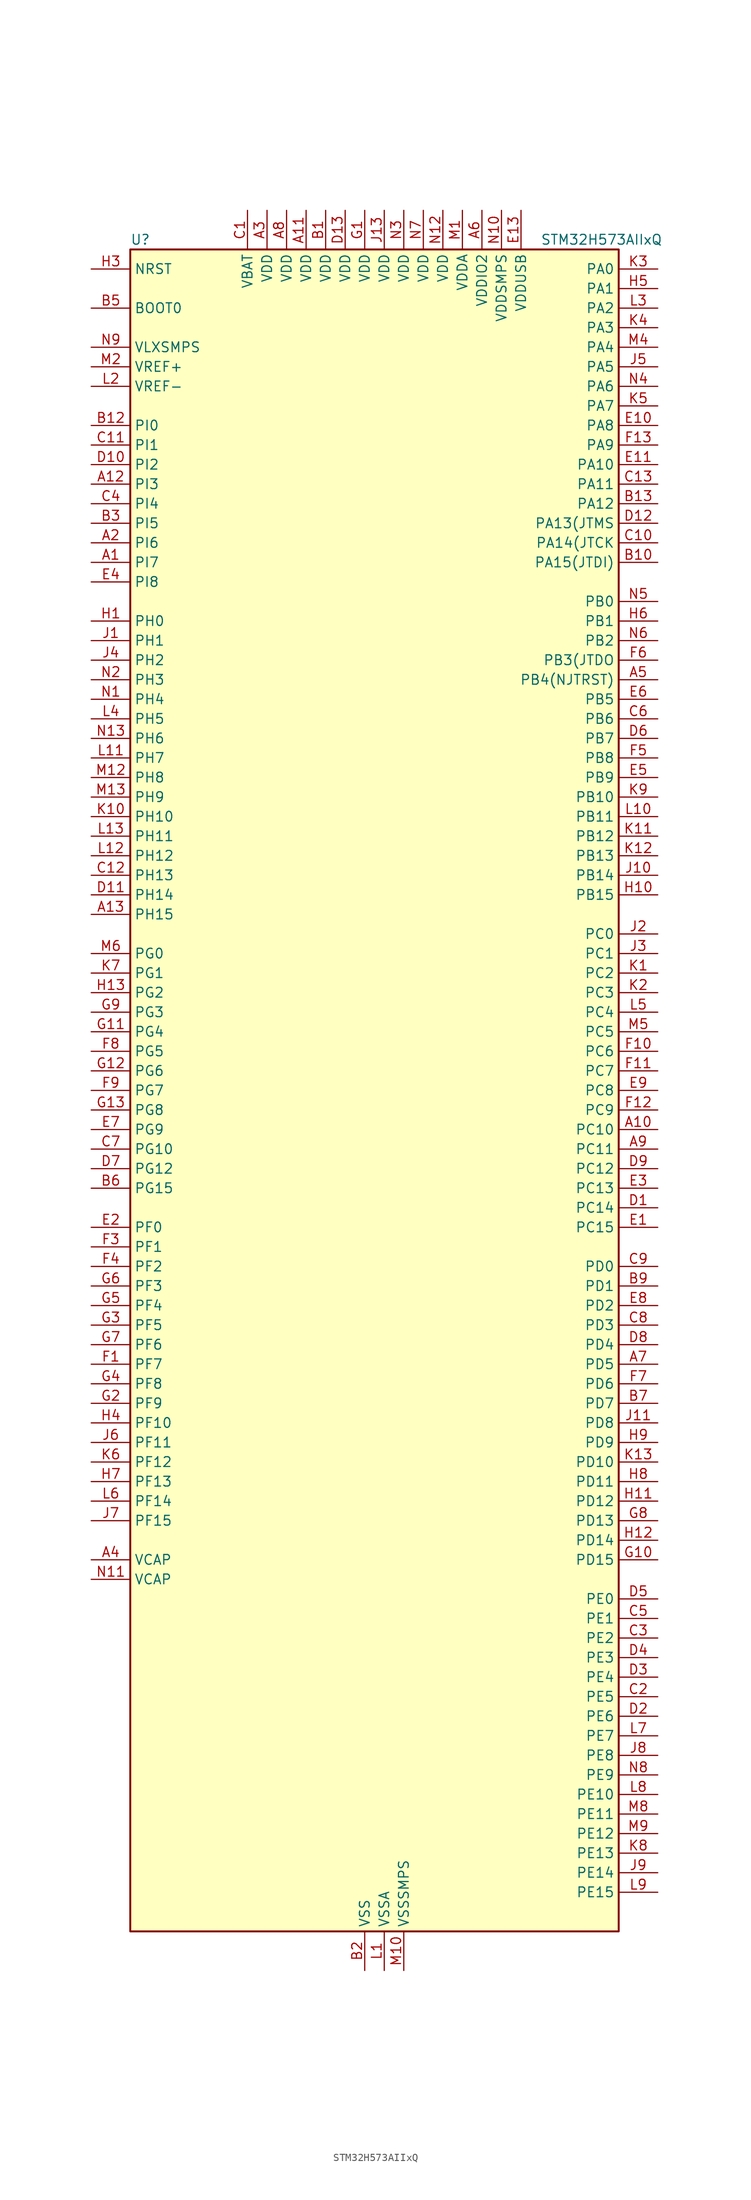
<source format=kicad_sym>
(kicad_symbol_lib
  (version 20231120)
  (generator "kicad_symbol_editor")
  (generator_version "8.0")
  (symbol "STM32H573AIIxQ"
    (property "Reference" "U"
      (at -30.48 110.49 0)
      (effects (font (size 1.27 1.27)) (justify left)))
    (property "Value" "STM32H573AIIxQ"
      (at 22.86 110.49 0)
      (effects (font (size 1.27 1.27)) (justify left)))
    (property "ki_locked" ""
      (at 0 0 0)
      (effects (font (size 1.27 1.27))))
    (symbol "STM32H573AIIxQ_0_1"
      (rectangle (start -30.48 -109.22) (end 33.02 109.22) (stroke (width 0.254) (type default)) (fill (type background))))
    (symbol "STM32H573AIIxQ_1_1"
      (pin bidirectional line (at -35.56 68.58 0) (length 5.08) (name "PI7" (effects (font (size 1.27 1.27)))) (number "A1" (effects (font (size 1.27 1.27)))) (alternate "DCMI_D7" bidirectional line) (alternate "PSSI_D7" bidirectional line) (alternate "SAI2_FS_A" bidirectional line) (alternate "TIM8_CH3" bidirectional line))
      (pin bidirectional line (at 38.1 -5.08 180) (length 5.08) (name "PC10" (effects (font (size 1.27 1.27)))) (number "A10" (effects (font (size 1.27 1.27)))) (alternate "DCMI_D8" bidirectional line) (alternate "ETH_TXD0" bidirectional line) (alternate "I2S3_CK" bidirectional line) (alternate "LPTIM3_ETR" bidirectional line) (alternate "OCTOSPI1_IO1" bidirectional line) (alternate "PSSI_D8" bidirectional line) (alternate "SDMMC1_D2" bidirectional line) (alternate "SPI3_SCK" bidirectional line) (alternate "UART4_TX" bidirectional line) (alternate "USART3_TX" bidirectional line))
      (pin power_in line (at -7.62 114.3 270) (length 5.08) (name "VDD" (effects (font (size 1.27 1.27)))) (number "A11" (effects (font (size 1.27 1.27)))))
      (pin bidirectional line (at -35.56 78.74 0) (length 5.08) (name "PI3" (effects (font (size 1.27 1.27)))) (number "A12" (effects (font (size 1.27 1.27)))) (alternate "DCMI_D10" bidirectional line) (alternate "I2S2_SDO" bidirectional line) (alternate "PSSI_D10" bidirectional line) (alternate "SPI2_MOSI" bidirectional line) (alternate "TIM8_ETR" bidirectional line))
      (pin bidirectional line (at -35.56 22.86 0) (length 5.08) (name "PH15" (effects (font (size 1.27 1.27)))) (number "A13" (effects (font (size 1.27 1.27)))) (alternate "ADC1_EXTI15" bidirectional line) (alternate "ADC2_EXTI15" bidirectional line) (alternate "DCMI_D11" bidirectional line) (alternate "PSSI_D11" bidirectional line) (alternate "TIM8_CH3N" bidirectional line))
      (pin bidirectional line (at -35.56 71.12 0) (length 5.08) (name "PI6" (effects (font (size 1.27 1.27)))) (number "A2" (effects (font (size 1.27 1.27)))) (alternate "DCMI_D6" bidirectional line) (alternate "PSSI_D6" bidirectional line) (alternate "SAI2_SD_A" bidirectional line) (alternate "TIM8_CH2" bidirectional line))
      (pin power_in line (at -12.7 114.3 270) (length 5.08) (name "VDD" (effects (font (size 1.27 1.27)))) (number "A3" (effects (font (size 1.27 1.27)))))
      (pin power_out line (at -35.56 -60.96 0) (length 5.08) (name "VCAP" (effects (font (size 1.27 1.27)))) (number "A4" (effects (font (size 1.27 1.27)))))
      (pin bidirectional line (at 38.1 53.34 180) (length 5.08) (name "PB4(NJTRST)" (effects (font (size 1.27 1.27)))) (number "A5" (effects (font (size 1.27 1.27)))) (alternate "DCMI_D7" bidirectional line) (alternate "DEBUG_JTRST" bidirectional line) (alternate "I2S1_SDI" bidirectional line) (alternate "I2S2_WS" bidirectional line) (alternate "I2S3_SDI" bidirectional line) (alternate "LPTIM1_CH2" bidirectional line) (alternate "OCTOSPI1_CLK" bidirectional line) (alternate "PSSI_D7" bidirectional line) (alternate "SDMMC2_D3" bidirectional line) (alternate "SPI1_MISO" bidirectional line) (alternate "SPI2_NSS" bidirectional line) (alternate "SPI3_MISO" bidirectional line) (alternate "SPI6_MISO" bidirectional line) (alternate "TIM16_BKIN" bidirectional line) (alternate "TIM3_CH1" bidirectional line) (alternate "UART7_TX" bidirectional line))
      (pin power_in line (at 15.24 114.3 270) (length 5.08) (name "VDDIO2" (effects (font (size 1.27 1.27)))) (number "A6" (effects (font (size 1.27 1.27)))))
      (pin bidirectional line (at 38.1 -35.56 180) (length 5.08) (name "PD5" (effects (font (size 1.27 1.27)))) (number "A7" (effects (font (size 1.27 1.27)))) (alternate "FDCAN1_TX" bidirectional line) (alternate "FMC_NWE" bidirectional line) (alternate "OCTOSPI1_IO5" bidirectional line) (alternate "SPI2_RDY" bidirectional line) (alternate "TIM1_CH4N" bidirectional line) (alternate "USART2_TX" bidirectional line))
      (pin power_in line (at -10.16 114.3 270) (length 5.08) (name "VDD" (effects (font (size 1.27 1.27)))) (number "A8" (effects (font (size 1.27 1.27)))))
      (pin bidirectional line (at 38.1 -7.62 180) (length 5.08) (name "PC11" (effects (font (size 1.27 1.27)))) (number "A9" (effects (font (size 1.27 1.27)))) (alternate "ADC1_EXTI11" bidirectional line) (alternate "ADC2_EXTI11" bidirectional line) (alternate "DCMI_D4" bidirectional line) (alternate "I2S3_SDI" bidirectional line) (alternate "LPTIM3_IN1" bidirectional line) (alternate "OCTOSPI1_NCS" bidirectional line) (alternate "PSSI_D4" bidirectional line) (alternate "SDMMC1_D3" bidirectional line) (alternate "SPI3_MISO" bidirectional line) (alternate "UART4_RX" bidirectional line) (alternate "USART3_RX" bidirectional line))
      (pin power_in line (at -5.08 114.3 270) (length 5.08) (name "VDD" (effects (font (size 1.27 1.27)))) (number "B1" (effects (font (size 1.27 1.27)))))
      (pin bidirectional line (at 38.1 68.58 180) (length 5.08) (name "PA15(JTDI)" (effects (font (size 1.27 1.27)))) (number "B10" (effects (font (size 1.27 1.27)))) (alternate "ADC1_EXTI15" bidirectional line) (alternate "ADC2_EXTI15" bidirectional line) (alternate "CEC" bidirectional line) (alternate "DCMI_D11" bidirectional line) (alternate "DEBUG_JTDI" bidirectional line) (alternate "FMC_NBL1" bidirectional line) (alternate "I2S1_WS" bidirectional line) (alternate "I2S3_WS" bidirectional line) (alternate "LPTIM3_IN2" bidirectional line) (alternate "PSSI_D11" bidirectional line) (alternate "SPI1_NSS" bidirectional line) (alternate "SPI3_NSS" bidirectional line) (alternate "SPI6_NSS" bidirectional line) (alternate "TIM2_CH1" bidirectional line) (alternate "TIM2_ETR" bidirectional line) (alternate "UART4_DE" bidirectional line) (alternate "UART4_RTS" bidirectional line) (alternate "UART7_TX" bidirectional line))
      (pin passive line (at 0 -114.3 90) (length 5.08) hide (name "VSS" (effects (font (size 1.27 1.27)))) (number "B11" (effects (font (size 1.27 1.27)))))
      (pin bidirectional line (at -35.56 86.36 0) (length 5.08) (name "PI0" (effects (font (size 1.27 1.27)))) (number "B12" (effects (font (size 1.27 1.27)))) (alternate "DCMI_D13" bidirectional line) (alternate "I2S2_WS" bidirectional line) (alternate "PSSI_D13" bidirectional line) (alternate "SPI2_NSS" bidirectional line) (alternate "TIM5_CH4" bidirectional line))
      (pin bidirectional line (at 38.1 76.2 180) (length 5.08) (name "PA12" (effects (font (size 1.27 1.27)))) (number "B13" (effects (font (size 1.27 1.27)))) (alternate "FDCAN1_TX" bidirectional line) (alternate "I2S2_CK" bidirectional line) (alternate "LPUART1_RTS" bidirectional line) (alternate "SAI2_FS_B" bidirectional line) (alternate "SPI2_SCK" bidirectional line) (alternate "TIM1_ETR" bidirectional line) (alternate "UART4_TX" bidirectional line) (alternate "USART1_RTS" bidirectional line) (alternate "USB_DP" bidirectional line))
      (pin power_in line (at 0 -114.3 90) (length 5.08) (name "VSS" (effects (font (size 1.27 1.27)))) (number "B2" (effects (font (size 1.27 1.27)))))
      (pin bidirectional line (at -35.56 73.66 0) (length 5.08) (name "PI5" (effects (font (size 1.27 1.27)))) (number "B3" (effects (font (size 1.27 1.27)))) (alternate "DCMI_VSYNC" bidirectional line) (alternate "PSSI_RDY" bidirectional line) (alternate "SAI2_SCK_A" bidirectional line) (alternate "TIM8_CH1" bidirectional line))
      (pin passive line (at 0 -114.3 90) (length 5.08) hide (name "VSS" (effects (font (size 1.27 1.27)))) (number "B4" (effects (font (size 1.27 1.27)))))
      (pin input line (at -35.56 101.6 0) (length 5.08) (name "BOOT0" (effects (font (size 1.27 1.27)))) (number "B5" (effects (font (size 1.27 1.27)))))
      (pin bidirectional line (at -35.56 -12.7 0) (length 5.08) (name "PG15" (effects (font (size 1.27 1.27)))) (number "B6" (effects (font (size 1.27 1.27)))) (alternate "ADC1_EXTI15" bidirectional line) (alternate "ADC2_EXTI15" bidirectional line) (alternate "DCMI_D13" bidirectional line) (alternate "FMC_SDNCAS" bidirectional line) (alternate "PSSI_D13" bidirectional line) (alternate "SPI4_RDY" bidirectional line) (alternate "USART10_CK" bidirectional line) (alternate "USART6_CTS" bidirectional line) (alternate "USART6_NSS" bidirectional line))
      (pin bidirectional line (at 38.1 -40.64 180) (length 5.08) (name "PD7" (effects (font (size 1.27 1.27)))) (number "B7" (effects (font (size 1.27 1.27)))) (alternate "FMC_NCE" bidirectional line) (alternate "FMC_NE1" bidirectional line) (alternate "I2S1_SDO" bidirectional line) (alternate "LPTIM4_OUT" bidirectional line) (alternate "OCTOSPI1_IO7" bidirectional line) (alternate "SDMMC2_CMD" bidirectional line) (alternate "SPI1_MOSI" bidirectional line) (alternate "USART2_CK" bidirectional line))
      (pin passive line (at 0 -114.3 90) (length 5.08) hide (name "VSS" (effects (font (size 1.27 1.27)))) (number "B8" (effects (font (size 1.27 1.27)))))
      (pin bidirectional line (at 38.1 -25.4 180) (length 5.08) (name "PD1" (effects (font (size 1.27 1.27)))) (number "B9" (effects (font (size 1.27 1.27)))) (alternate "FDCAN1_TX" bidirectional line) (alternate "FMC_D3" bidirectional line) (alternate "FMC_DA3" bidirectional line) (alternate "UART4_TX" bidirectional line))
      (pin power_in line (at -15.24 114.3 270) (length 5.08) (name "VBAT" (effects (font (size 1.27 1.27)))) (number "C1" (effects (font (size 1.27 1.27)))))
      (pin bidirectional line (at 38.1 71.12 180) (length 5.08) (name "PA14(JTCK" (effects (font (size 1.27 1.27)))) (number "C10" (effects (font (size 1.27 1.27)))) (alternate "DEBUG_JTCK-SWCLK" bidirectional line))
      (pin bidirectional line (at -35.56 83.82 0) (length 5.08) (name "PI1" (effects (font (size 1.27 1.27)))) (number "C11" (effects (font (size 1.27 1.27)))) (alternate "DCMI_D8" bidirectional line) (alternate "I2S2_CK" bidirectional line) (alternate "PSSI_D8" bidirectional line) (alternate "SPI2_SCK" bidirectional line) (alternate "TIM8_BKIN2" bidirectional line))
      (pin bidirectional line (at -35.56 27.94 0) (length 5.08) (name "PH13" (effects (font (size 1.27 1.27)))) (number "C12" (effects (font (size 1.27 1.27)))) (alternate "DCMI_D3" bidirectional line) (alternate "FDCAN1_TX" bidirectional line) (alternate "LPTIM1_IN2" bidirectional line) (alternate "PSSI_D3" bidirectional line) (alternate "TIM8_CH1N" bidirectional line) (alternate "UART4_TX" bidirectional line) (alternate "UART8_TX" bidirectional line))
      (pin bidirectional line (at 38.1 78.74 180) (length 5.08) (name "PA11" (effects (font (size 1.27 1.27)))) (number "C13" (effects (font (size 1.27 1.27)))) (alternate "ADC1_EXTI11" bidirectional line) (alternate "ADC2_EXTI11" bidirectional line) (alternate "FDCAN1_RX" bidirectional line) (alternate "I2S2_WS" bidirectional line) (alternate "LPUART1_CTS" bidirectional line) (alternate "SPI2_NSS" bidirectional line) (alternate "TIM1_CH4" bidirectional line) (alternate "UART4_RX" bidirectional line) (alternate "USART1_CTS" bidirectional line) (alternate "USART1_NSS" bidirectional line) (alternate "USB_DM" bidirectional line))
      (pin bidirectional line (at 38.1 -78.74 180) (length 5.08) (name "PE5" (effects (font (size 1.27 1.27)))) (number "C2" (effects (font (size 1.27 1.27)))) (alternate "DCMI_D6" bidirectional line) (alternate "DEBUG_TRACED2" bidirectional line) (alternate "FMC_A21" bidirectional line) (alternate "PSSI_D6" bidirectional line) (alternate "SAI1_CK2" bidirectional line) (alternate "SAI1_SCK_A" bidirectional line) (alternate "SPI4_MISO" bidirectional line) (alternate "TAMP_IN8" bidirectional line) (alternate "TAMP_OUT7" bidirectional line) (alternate "TIM15_CH1" bidirectional line))
      (pin bidirectional line (at 38.1 -71.12 180) (length 5.08) (name "PE2" (effects (font (size 1.27 1.27)))) (number "C3" (effects (font (size 1.27 1.27)))) (alternate "DCMI_D3" bidirectional line) (alternate "DEBUG_TRACECLK" bidirectional line) (alternate "ETH_TXD3" bidirectional line) (alternate "FMC_A23" bidirectional line) (alternate "LPTIM1_IN2" bidirectional line) (alternate "OCTOSPI1_IO2" bidirectional line) (alternate "PSSI_D3" bidirectional line) (alternate "SAI1_CK1" bidirectional line) (alternate "SAI1_MCLK_A" bidirectional line) (alternate "SPI4_SCK" bidirectional line) (alternate "UART8_TX" bidirectional line) (alternate "USART10_RX" bidirectional line))
      (pin bidirectional line (at -35.56 76.2 0) (length 5.08) (name "PI4" (effects (font (size 1.27 1.27)))) (number "C4" (effects (font (size 1.27 1.27)))) (alternate "DCMI_D5" bidirectional line) (alternate "PSSI_D5" bidirectional line) (alternate "SAI2_MCLK_A" bidirectional line) (alternate "SPI2_RDY" bidirectional line) (alternate "TIM8_BKIN" bidirectional line))
      (pin bidirectional line (at 38.1 -68.58 180) (length 5.08) (name "PE1" (effects (font (size 1.27 1.27)))) (number "C5" (effects (font (size 1.27 1.27)))) (alternate "DCMI_D3" bidirectional line) (alternate "FDCAN1_TX" bidirectional line) (alternate "FMC_NBL1" bidirectional line) (alternate "LPTIM1_IN2" bidirectional line) (alternate "PSSI_D3" bidirectional line) (alternate "UART8_TX" bidirectional line))
      (pin bidirectional line (at 38.1 48.26 180) (length 5.08) (name "PB6" (effects (font (size 1.27 1.27)))) (number "C6" (effects (font (size 1.27 1.27)))) (alternate "CEC" bidirectional line) (alternate "DCMI_D5" bidirectional line) (alternate "FDCAN2_TX" bidirectional line) (alternate "FMC_SDNE1" bidirectional line) (alternate "I2C1_SCL" bidirectional line) (alternate "I2C4_SCL" bidirectional line) (alternate "I3C1_SCL" bidirectional line) (alternate "LPUART1_TX" bidirectional line) (alternate "OCTOSPI1_NCS" bidirectional line) (alternate "PSSI_D5" bidirectional line) (alternate "TIM16_CH1N" bidirectional line) (alternate "TIM4_CH1" bidirectional line) (alternate "UART5_TX" bidirectional line) (alternate "USART1_TX" bidirectional line))
      (pin bidirectional line (at -35.56 -7.62 0) (length 5.08) (name "PG10" (effects (font (size 1.27 1.27)))) (number "C7" (effects (font (size 1.27 1.27)))) (alternate "DCMI_D2" bidirectional line) (alternate "FMC_NE3" bidirectional line) (alternate "I2S1_WS" bidirectional line) (alternate "PSSI_D2" bidirectional line) (alternate "SAI2_SD_B" bidirectional line) (alternate "SDMMC2_D1" bidirectional line) (alternate "SPI1_NSS" bidirectional line))
      (pin bidirectional line (at 38.1 -30.48 180) (length 5.08) (name "PD3" (effects (font (size 1.27 1.27)))) (number "C8" (effects (font (size 1.27 1.27)))) (alternate "DCMI_D5" bidirectional line) (alternate "FMC_CLK" bidirectional line) (alternate "I2S2_CK" bidirectional line) (alternate "PSSI_D5" bidirectional line) (alternate "PWR_WKUP8" bidirectional line) (alternate "SPI2_SCK" bidirectional line) (alternate "USART2_CTS" bidirectional line) (alternate "USART2_NSS" bidirectional line))
      (pin bidirectional line (at 38.1 -22.86 180) (length 5.08) (name "PD0" (effects (font (size 1.27 1.27)))) (number "C9" (effects (font (size 1.27 1.27)))) (alternate "FDCAN1_RX" bidirectional line) (alternate "FMC_D2" bidirectional line) (alternate "FMC_DA2" bidirectional line) (alternate "TIM8_CH4N" bidirectional line) (alternate "UART4_RX" bidirectional line) (alternate "UART9_CTS" bidirectional line))
      (pin bidirectional line (at 38.1 -15.24 180) (length 5.08) (name "PC14" (effects (font (size 1.27 1.27)))) (number "D1" (effects (font (size 1.27 1.27)))) (alternate "RCC_OSC32_IN" bidirectional line))
      (pin bidirectional line (at -35.56 81.28 0) (length 5.08) (name "PI2" (effects (font (size 1.27 1.27)))) (number "D10" (effects (font (size 1.27 1.27)))) (alternate "DCMI_D9" bidirectional line) (alternate "I2S2_SDI" bidirectional line) (alternate "PSSI_D9" bidirectional line) (alternate "SPI2_MISO" bidirectional line) (alternate "TIM8_CH4" bidirectional line))
      (pin bidirectional line (at -35.56 25.4 0) (length 5.08) (name "PH14" (effects (font (size 1.27 1.27)))) (number "D11" (effects (font (size 1.27 1.27)))) (alternate "DCMI_D4" bidirectional line) (alternate "FDCAN1_RX" bidirectional line) (alternate "PSSI_D4" bidirectional line) (alternate "TIM8_CH2N" bidirectional line) (alternate "UART4_RX" bidirectional line))
      (pin bidirectional line (at 38.1 73.66 180) (length 5.08) (name "PA13(JTMS" (effects (font (size 1.27 1.27)))) (number "D12" (effects (font (size 1.27 1.27)))) (alternate "DEBUG_JTMS-SWDIO" bidirectional line))
      (pin power_in line (at -2.54 114.3 270) (length 5.08) (name "VDD" (effects (font (size 1.27 1.27)))) (number "D13" (effects (font (size 1.27 1.27)))))
      (pin bidirectional line (at 38.1 -81.28 180) (length 5.08) (name "PE6" (effects (font (size 1.27 1.27)))) (number "D2" (effects (font (size 1.27 1.27)))) (alternate "DCMI_D7" bidirectional line) (alternate "DEBUG_TRACED3" bidirectional line) (alternate "FMC_A22" bidirectional line) (alternate "PSSI_D7" bidirectional line) (alternate "SAI1_D1" bidirectional line) (alternate "SAI1_SD_A" bidirectional line) (alternate "SAI2_MCLK_B" bidirectional line) (alternate "SPI4_MOSI" bidirectional line) (alternate "TAMP_IN3" bidirectional line) (alternate "TAMP_OUT6" bidirectional line) (alternate "TIM15_CH2" bidirectional line) (alternate "TIM1_BKIN2" bidirectional line))
      (pin bidirectional line (at 38.1 -76.2 180) (length 5.08) (name "PE4" (effects (font (size 1.27 1.27)))) (number "D3" (effects (font (size 1.27 1.27)))) (alternate "DCMI_D4" bidirectional line) (alternate "DEBUG_TRACED1" bidirectional line) (alternate "FMC_A20" bidirectional line) (alternate "PSSI_D4" bidirectional line) (alternate "SAI1_D2" bidirectional line) (alternate "SAI1_FS_A" bidirectional line) (alternate "SPI4_NSS" bidirectional line) (alternate "TAMP_IN7" bidirectional line) (alternate "TAMP_OUT8" bidirectional line) (alternate "TIM15_CH1N" bidirectional line))
      (pin bidirectional line (at 38.1 -73.66 180) (length 5.08) (name "PE3" (effects (font (size 1.27 1.27)))) (number "D4" (effects (font (size 1.27 1.27)))) (alternate "DEBUG_TRACED0" bidirectional line) (alternate "FMC_A19" bidirectional line) (alternate "SAI1_SD_B" bidirectional line) (alternate "TAMP_IN6" bidirectional line) (alternate "TAMP_OUT3" bidirectional line) (alternate "TIM15_BKIN" bidirectional line) (alternate "USART10_TX" bidirectional line))
      (pin bidirectional line (at 38.1 -66.04 180) (length 5.08) (name "PE0" (effects (font (size 1.27 1.27)))) (number "D5" (effects (font (size 1.27 1.27)))) (alternate "DCMI_D2" bidirectional line) (alternate "FDCAN1_RX" bidirectional line) (alternate "FMC_NBL0" bidirectional line) (alternate "LPTIM1_ETR" bidirectional line) (alternate "LPTIM2_CH2" bidirectional line) (alternate "LPTIM2_ETR" bidirectional line) (alternate "PSSI_D2" bidirectional line) (alternate "SAI2_MCLK_A" bidirectional line) (alternate "SPI3_RDY" bidirectional line) (alternate "TIM4_ETR" bidirectional line) (alternate "UART8_RX" bidirectional line))
      (pin bidirectional line (at 38.1 45.72 180) (length 5.08) (name "PB7" (effects (font (size 1.27 1.27)))) (number "D6" (effects (font (size 1.27 1.27)))) (alternate "DCMI_VSYNC" bidirectional line) (alternate "FDCAN1_TX" bidirectional line) (alternate "FMC_NL" bidirectional line) (alternate "I2C1_SDA" bidirectional line) (alternate "I2C4_SDA" bidirectional line) (alternate "I3C1_SDA" bidirectional line) (alternate "LPUART1_RX" bidirectional line) (alternate "PSSI_RDY" bidirectional line) (alternate "PWR_WKUP5" bidirectional line) (alternate "SDMMC2_CKIN" bidirectional line) (alternate "SDMMC2_D5" bidirectional line) (alternate "TIM17_CH1N" bidirectional line) (alternate "TIM4_CH2" bidirectional line) (alternate "USART1_RX" bidirectional line))
      (pin bidirectional line (at -35.56 -10.16 0) (length 5.08) (name "PG12" (effects (font (size 1.27 1.27)))) (number "D7" (effects (font (size 1.27 1.27)))) (alternate "DCMI_D11" bidirectional line) (alternate "ETH_TXD1" bidirectional line) (alternate "FMC_NE4" bidirectional line) (alternate "LPTIM1_IN1" bidirectional line) (alternate "LPTIM5_CH1" bidirectional line) (alternate "PSSI_D11" bidirectional line) (alternate "PSSI_D15" bidirectional line) (alternate "SDMMC2_D3" bidirectional line) (alternate "SPI6_MISO" bidirectional line) (alternate "USART10_TX" bidirectional line) (alternate "USART6_RTS" bidirectional line))
      (pin bidirectional line (at 38.1 -33.02 180) (length 5.08) (name "PD4" (effects (font (size 1.27 1.27)))) (number "D8" (effects (font (size 1.27 1.27)))) (alternate "FMC_NOE" bidirectional line) (alternate "OCTOSPI1_IO4" bidirectional line) (alternate "USART2_RTS" bidirectional line))
      (pin bidirectional line (at 38.1 -10.16 180) (length 5.08) (name "PC12" (effects (font (size 1.27 1.27)))) (number "D9" (effects (font (size 1.27 1.27)))) (alternate "DCMI_D9" bidirectional line) (alternate "DEBUG_TRACED3" bidirectional line) (alternate "I2S3_SDO" bidirectional line) (alternate "PSSI_D9" bidirectional line) (alternate "SDMMC1_CK" bidirectional line) (alternate "SPI3_MOSI" bidirectional line) (alternate "SPI6_SCK" bidirectional line) (alternate "TIM15_CH1" bidirectional line) (alternate "UART5_TX" bidirectional line) (alternate "USART3_CK" bidirectional line))
      (pin bidirectional line (at 38.1 -17.78 180) (length 5.08) (name "PC15" (effects (font (size 1.27 1.27)))) (number "E1" (effects (font (size 1.27 1.27)))) (alternate "ADC1_EXTI15" bidirectional line) (alternate "ADC2_EXTI15" bidirectional line) (alternate "RCC_OSC32_OUT" bidirectional line))
      (pin bidirectional line (at 38.1 86.36 180) (length 5.08) (name "PA8" (effects (font (size 1.27 1.27)))) (number "E10" (effects (font (size 1.27 1.27)))) (alternate "DCMI_D3" bidirectional line) (alternate "FMC_NOE" bidirectional line) (alternate "I2C3_SCL" bidirectional line) (alternate "PSSI_D3" bidirectional line) (alternate "RCC_MCO_1" bidirectional line) (alternate "SPI1_RDY" bidirectional line) (alternate "TIM1_CH1" bidirectional line) (alternate "TIM8_BKIN2" bidirectional line) (alternate "UART7_RX" bidirectional line) (alternate "USART1_CK" bidirectional line) (alternate "USB_SOF" bidirectional line))
      (pin bidirectional line (at 38.1 81.28 180) (length 5.08) (name "PA10" (effects (font (size 1.27 1.27)))) (number "E11" (effects (font (size 1.27 1.27)))) (alternate "DCMI_D1" bidirectional line) (alternate "FDCAN2_TX" bidirectional line) (alternate "LPTIM2_IN2" bidirectional line) (alternate "LPUART1_RX" bidirectional line) (alternate "PSSI_D1" bidirectional line) (alternate "SDMMC1_D0" bidirectional line) (alternate "TIM1_CH3" bidirectional line) (alternate "UCPD1_FRSTX" bidirectional line) (alternate "USART1_RX" bidirectional line))
      (pin passive line (at 0 -114.3 90) (length 5.08) hide (name "VSS" (effects (font (size 1.27 1.27)))) (number "E12" (effects (font (size 1.27 1.27)))))
      (pin power_in line (at 20.32 114.3 270) (length 5.08) (name "VDDUSB" (effects (font (size 1.27 1.27)))) (number "E13" (effects (font (size 1.27 1.27)))))
      (pin bidirectional line (at -35.56 -17.78 0) (length 5.08) (name "PF0" (effects (font (size 1.27 1.27)))) (number "E2" (effects (font (size 1.27 1.27)))) (alternate "FMC_A0" bidirectional line) (alternate "I2C2_SDA" bidirectional line) (alternate "LPTIM5_CH1" bidirectional line))
      (pin bidirectional line (at 38.1 -12.7 180) (length 5.08) (name "PC13" (effects (font (size 1.27 1.27)))) (number "E3" (effects (font (size 1.27 1.27)))) (alternate "PWR_WKUP4" bidirectional line) (alternate "RTC_OUT1" bidirectional line) (alternate "RTC_TS" bidirectional line) (alternate "TAMP_IN1" bidirectional line) (alternate "TAMP_OUT2" bidirectional line) (alternate "TAMP_OUT3" bidirectional line))
      (pin bidirectional line (at -35.56 66.04 0) (length 5.08) (name "PI8" (effects (font (size 1.27 1.27)))) (number "E4" (effects (font (size 1.27 1.27)))) (alternate "PWR_WKUP3" bidirectional line) (alternate "RTC_OUT2" bidirectional line) (alternate "TAMP_IN2" bidirectional line) (alternate "TAMP_OUT3" bidirectional line))
      (pin bidirectional line (at 38.1 40.64 180) (length 5.08) (name "PB9" (effects (font (size 1.27 1.27)))) (number "E5" (effects (font (size 1.27 1.27)))) (alternate "DAC1_EXTI9" bidirectional line) (alternate "DCMI_D7" bidirectional line) (alternate "FDCAN1_TX" bidirectional line) (alternate "I2C1_SDA" bidirectional line) (alternate "I2C4_SDA" bidirectional line) (alternate "I2S2_WS" bidirectional line) (alternate "I3C1_SDA" bidirectional line) (alternate "PSSI_D7" bidirectional line) (alternate "SDMMC1_CDIR" bidirectional line) (alternate "SDMMC1_D5" bidirectional line) (alternate "SDMMC2_CKIN" bidirectional line) (alternate "SDMMC2_D5" bidirectional line) (alternate "SPI2_NSS" bidirectional line) (alternate "TIM17_CH1" bidirectional line) (alternate "TIM4_CH4" bidirectional line) (alternate "UART4_TX" bidirectional line))
      (pin bidirectional line (at 38.1 50.8 180) (length 5.08) (name "PB5" (effects (font (size 1.27 1.27)))) (number "E6" (effects (font (size 1.27 1.27)))) (alternate "DCMI_D10" bidirectional line) (alternate "ETH_PPS_OUT" bidirectional line) (alternate "FDCAN2_RX" bidirectional line) (alternate "FMC_SDCKE1" bidirectional line) (alternate "I2C1_SMBA" bidirectional line) (alternate "I2C4_SMBA" bidirectional line) (alternate "I2S1_SDO" bidirectional line) (alternate "I2S3_SDO" bidirectional line) (alternate "OCTOSPI1_NCLK" bidirectional line) (alternate "PSSI_D10" bidirectional line) (alternate "SPI1_MOSI" bidirectional line) (alternate "SPI3_MOSI" bidirectional line) (alternate "SPI6_MOSI" bidirectional line) (alternate "TIM17_BKIN" bidirectional line) (alternate "TIM3_CH2" bidirectional line) (alternate "UART5_RX" bidirectional line))
      (pin bidirectional line (at -35.56 -5.08 0) (length 5.08) (name "PG9" (effects (font (size 1.27 1.27)))) (number "E7" (effects (font (size 1.27 1.27)))) (alternate "DAC1_EXTI9" bidirectional line) (alternate "DCMI_VSYNC" bidirectional line) (alternate "FMC_NCE" bidirectional line) (alternate "FMC_NE2" bidirectional line) (alternate "I2S1_SDI" bidirectional line) (alternate "OCTOSPI1_IO6" bidirectional line) (alternate "PSSI_RDY" bidirectional line) (alternate "SAI2_FS_B" bidirectional line) (alternate "SDMMC2_D0" bidirectional line) (alternate "SPI1_MISO" bidirectional line) (alternate "USART6_RX" bidirectional line))
      (pin bidirectional line (at 38.1 -27.94 180) (length 5.08) (name "PD2" (effects (font (size 1.27 1.27)))) (number "E8" (effects (font (size 1.27 1.27)))) (alternate "DCMI_D11" bidirectional line) (alternate "DEBUG_TRACED2" bidirectional line) (alternate "LPTIM4_ETR" bidirectional line) (alternate "PSSI_D11" bidirectional line) (alternate "PWR_WKUP7" bidirectional line) (alternate "SDMMC1_CMD" bidirectional line) (alternate "TIM15_BKIN" bidirectional line) (alternate "TIM3_ETR" bidirectional line) (alternate "UART5_RX" bidirectional line))
      (pin bidirectional line (at 38.1 0 180) (length 5.08) (name "PC8" (effects (font (size 1.27 1.27)))) (number "E9" (effects (font (size 1.27 1.27)))) (alternate "DCMI_D2" bidirectional line) (alternate "DEBUG_TRACED1" bidirectional line) (alternate "FMC_ALE" bidirectional line) (alternate "FMC_INT" bidirectional line) (alternate "FMC_NCE" bidirectional line) (alternate "FMC_NE2" bidirectional line) (alternate "PSSI_D2" bidirectional line) (alternate "SDMMC1_D0" bidirectional line) (alternate "TIM3_CH3" bidirectional line) (alternate "TIM8_CH3" bidirectional line) (alternate "UART5_DE" bidirectional line) (alternate "UART5_RTS" bidirectional line) (alternate "USART6_CK" bidirectional line))
      (pin bidirectional line (at -35.56 -35.56 0) (length 5.08) (name "PF7" (effects (font (size 1.27 1.27)))) (number "F1" (effects (font (size 1.27 1.27)))) (alternate "LPTIM5_CH2" bidirectional line) (alternate "OCTOSPI1_IO2" bidirectional line) (alternate "SAI1_MCLK_B" bidirectional line) (alternate "SPI5_SCK" bidirectional line) (alternate "TIM17_CH1" bidirectional line) (alternate "UART7_TX" bidirectional line))
      (pin bidirectional line (at 38.1 5.08 180) (length 5.08) (name "PC6" (effects (font (size 1.27 1.27)))) (number "F10" (effects (font (size 1.27 1.27)))) (alternate "DCMI_D0" bidirectional line) (alternate "FMC_NWAIT" bidirectional line) (alternate "I2S2_MCK" bidirectional line) (alternate "OCTOSPI1_IO5" bidirectional line) (alternate "PSSI_D0" bidirectional line) (alternate "SAI1_SCK_A" bidirectional line) (alternate "SDMMC1_D0DIR" bidirectional line) (alternate "SDMMC1_D6" bidirectional line) (alternate "SDMMC2_D6" bidirectional line) (alternate "TIM3_CH1" bidirectional line) (alternate "TIM8_CH1" bidirectional line) (alternate "USART6_TX" bidirectional line))
      (pin bidirectional line (at 38.1 2.54 180) (length 5.08) (name "PC7" (effects (font (size 1.27 1.27)))) (number "F11" (effects (font (size 1.27 1.27)))) (alternate "DCMI_D1" bidirectional line) (alternate "DEBUG_TRGIO" bidirectional line) (alternate "FMC_NE1" bidirectional line) (alternate "I2S3_MCK" bidirectional line) (alternate "OCTOSPI1_IO6" bidirectional line) (alternate "PSSI_D1" bidirectional line) (alternate "SDMMC1_D123DIR" bidirectional line) (alternate "SDMMC1_D7" bidirectional line) (alternate "SDMMC2_D7" bidirectional line) (alternate "TIM3_CH2" bidirectional line) (alternate "TIM8_CH2" bidirectional line) (alternate "USART6_RX" bidirectional line))
      (pin bidirectional line (at 38.1 -2.54 180) (length 5.08) (name "PC9" (effects (font (size 1.27 1.27)))) (number "F12" (effects (font (size 1.27 1.27)))) (alternate "AUDIOCLK" bidirectional line) (alternate "DAC1_EXTI9" bidirectional line) (alternate "DCMI_D3" bidirectional line) (alternate "FMC_CLE" bidirectional line) (alternate "I2C3_SDA" bidirectional line) (alternate "OCTOSPI1_IO0" bidirectional line) (alternate "PSSI_D3" bidirectional line) (alternate "RCC_MCO_2" bidirectional line) (alternate "SDMMC1_D1" bidirectional line) (alternate "TIM3_CH4" bidirectional line) (alternate "TIM8_CH4" bidirectional line) (alternate "UART5_CTS" bidirectional line) (alternate "UCPD1_DB2" bidirectional line))
      (pin bidirectional line (at 38.1 83.82 180) (length 5.08) (name "PA9" (effects (font (size 1.27 1.27)))) (number "F13" (effects (font (size 1.27 1.27)))) (alternate "DAC1_EXTI9" bidirectional line) (alternate "DCMI_D0" bidirectional line) (alternate "ETH_TX_ER" bidirectional line) (alternate "FMC_NWE" bidirectional line) (alternate "I2C3_SMBA" bidirectional line) (alternate "I2S2_CK" bidirectional line) (alternate "LPUART1_TX" bidirectional line) (alternate "PSSI_D0" bidirectional line) (alternate "SPI2_SCK" bidirectional line) (alternate "TIM1_CH2" bidirectional line) (alternate "UCPD1_DB1" bidirectional line) (alternate "USART1_TX" bidirectional line))
      (pin passive line (at 0 -114.3 90) (length 5.08) hide (name "VSS" (effects (font (size 1.27 1.27)))) (number "F2" (effects (font (size 1.27 1.27)))))
      (pin bidirectional line (at -35.56 -20.32 0) (length 5.08) (name "PF1" (effects (font (size 1.27 1.27)))) (number "F3" (effects (font (size 1.27 1.27)))) (alternate "FMC_A1" bidirectional line) (alternate "I2C2_SCL" bidirectional line) (alternate "LPTIM5_CH2" bidirectional line))
      (pin bidirectional line (at -35.56 -22.86 0) (length 5.08) (name "PF2" (effects (font (size 1.27 1.27)))) (number "F4" (effects (font (size 1.27 1.27)))) (alternate "FMC_A2" bidirectional line) (alternate "I2C2_SMBA" bidirectional line) (alternate "LPTIM3_CH2" bidirectional line) (alternate "LPTIM3_IN2" bidirectional line) (alternate "LPTIM5_IN1" bidirectional line) (alternate "UART12_TX" bidirectional line) (alternate "USART11_CK" bidirectional line))
      (pin bidirectional line (at 38.1 43.18 180) (length 5.08) (name "PB8" (effects (font (size 1.27 1.27)))) (number "F5" (effects (font (size 1.27 1.27)))) (alternate "DCMI_D6" bidirectional line) (alternate "ETH_TXD3" bidirectional line) (alternate "FDCAN1_RX" bidirectional line) (alternate "I2C1_SCL" bidirectional line) (alternate "I2C4_SCL" bidirectional line) (alternate "I3C1_SCL" bidirectional line) (alternate "PSSI_D6" bidirectional line) (alternate "SDMMC1_CKIN" bidirectional line) (alternate "SDMMC1_D4" bidirectional line) (alternate "SDMMC2_D4" bidirectional line) (alternate "SPI4_RDY" bidirectional line) (alternate "TIM16_CH1" bidirectional line) (alternate "TIM4_CH3" bidirectional line) (alternate "UART4_RX" bidirectional line))
      (pin bidirectional line (at 38.1 55.88 180) (length 5.08) (name "PB3(JTDO" (effects (font (size 1.27 1.27)))) (number "F6" (effects (font (size 1.27 1.27)))) (alternate "CRS_SYNC" bidirectional line) (alternate "DEBUG_JTDO-SWO" bidirectional line) (alternate "I2C2_SDA" bidirectional line) (alternate "I2S1_CK" bidirectional line) (alternate "I2S3_CK" bidirectional line) (alternate "LPTIM6_ETR" bidirectional line) (alternate "SDMMC2_D2" bidirectional line) (alternate "SPI1_SCK" bidirectional line) (alternate "SPI3_SCK" bidirectional line) (alternate "SPI6_SCK" bidirectional line) (alternate "TIM2_CH2" bidirectional line) (alternate "UART12_CTS" bidirectional line) (alternate "UART7_RX" bidirectional line))
      (pin bidirectional line (at 38.1 -38.1 180) (length 5.08) (name "PD6" (effects (font (size 1.27 1.27)))) (number "F7" (effects (font (size 1.27 1.27)))) (alternate "DCMI_D10" bidirectional line) (alternate "FMC_NWAIT" bidirectional line) (alternate "I2S3_SDO" bidirectional line) (alternate "OCTOSPI1_IO6" bidirectional line) (alternate "PSSI_D10" bidirectional line) (alternate "SAI1_D1" bidirectional line) (alternate "SAI1_SD_A" bidirectional line) (alternate "SDMMC2_CK" bidirectional line) (alternate "SPI3_MOSI" bidirectional line) (alternate "USART2_RX" bidirectional line))
      (pin bidirectional line (at -35.56 5.08 0) (length 5.08) (name "PG5" (effects (font (size 1.27 1.27)))) (number "F8" (effects (font (size 1.27 1.27)))) (alternate "FMC_A15" bidirectional line) (alternate "FMC_BA1" bidirectional line) (alternate "TIM1_ETR" bidirectional line))
      (pin bidirectional line (at -35.56 0 0) (length 5.08) (name "PG7" (effects (font (size 1.27 1.27)))) (number "F9" (effects (font (size 1.27 1.27)))) (alternate "DCMI_D13" bidirectional line) (alternate "FMC_INT" bidirectional line) (alternate "I2C4_SCL" bidirectional line) (alternate "I3C1_SCL" bidirectional line) (alternate "PSSI_D13" bidirectional line) (alternate "SAI1_CK2" bidirectional line) (alternate "SAI1_MCLK_A" bidirectional line) (alternate "UCPD1_FRSTX" bidirectional line) (alternate "USART6_CK" bidirectional line))
      (pin power_in line (at 0 114.3 270) (length 5.08) (name "VDD" (effects (font (size 1.27 1.27)))) (number "G1" (effects (font (size 1.27 1.27)))))
      (pin bidirectional line (at 38.1 -60.96 180) (length 5.08) (name "PD15" (effects (font (size 1.27 1.27)))) (number "G10" (effects (font (size 1.27 1.27)))) (alternate "ADC1_EXTI15" bidirectional line) (alternate "ADC2_EXTI15" bidirectional line) (alternate "FMC_D1" bidirectional line) (alternate "FMC_DA1" bidirectional line) (alternate "TIM4_CH4" bidirectional line) (alternate "UART8_RTS" bidirectional line) (alternate "UART9_TX" bidirectional line))
      (pin bidirectional line (at -35.56 7.62 0) (length 5.08) (name "PG4" (effects (font (size 1.27 1.27)))) (number "G11" (effects (font (size 1.27 1.27)))) (alternate "FMC_A14" bidirectional line) (alternate "FMC_BA0" bidirectional line) (alternate "LPTIM4_ETR" bidirectional line) (alternate "TIM1_BKIN2" bidirectional line))
      (pin bidirectional line (at -35.56 2.54 0) (length 5.08) (name "PG6" (effects (font (size 1.27 1.27)))) (number "G12" (effects (font (size 1.27 1.27)))) (alternate "DCMI_D12" bidirectional line) (alternate "FMC_NE3" bidirectional line) (alternate "I2C4_SDA" bidirectional line) (alternate "I3C1_SDA" bidirectional line) (alternate "OCTOSPI1_NCS" bidirectional line) (alternate "PSSI_D12" bidirectional line) (alternate "SPI1_RDY" bidirectional line) (alternate "TIM17_BKIN" bidirectional line) (alternate "UCPD1_FRSTX" bidirectional line))
      (pin bidirectional line (at -35.56 -2.54 0) (length 5.08) (name "PG8" (effects (font (size 1.27 1.27)))) (number "G13" (effects (font (size 1.27 1.27)))) (alternate "ETH_PPS_OUT" bidirectional line) (alternate "FMC_SDCLK" bidirectional line) (alternate "SPI6_NSS" bidirectional line) (alternate "TIM8_ETR" bidirectional line) (alternate "USART6_RTS" bidirectional line))
      (pin bidirectional line (at -35.56 -40.64 0) (length 5.08) (name "PF9" (effects (font (size 1.27 1.27)))) (number "G2" (effects (font (size 1.27 1.27)))) (alternate "DAC1_EXTI9" bidirectional line) (alternate "LPTIM5_IN2" bidirectional line) (alternate "OCTOSPI1_IO1" bidirectional line) (alternate "SAI1_FS_B" bidirectional line) (alternate "SPI5_MOSI" bidirectional line) (alternate "TIM14_CH1" bidirectional line) (alternate "TIM17_CH1N" bidirectional line) (alternate "UART7_CTS" bidirectional line))
      (pin bidirectional line (at -35.56 -30.48 0) (length 5.08) (name "PF5" (effects (font (size 1.27 1.27)))) (number "G3" (effects (font (size 1.27 1.27)))) (alternate "FMC_A5" bidirectional line) (alternate "I2C4_SCL" bidirectional line) (alternate "I3C1_SCL" bidirectional line) (alternate "LPTIM3_CH1" bidirectional line) (alternate "LPTIM3_IN1" bidirectional line) (alternate "UART12_RX" bidirectional line) (alternate "USART11_CTS" bidirectional line) (alternate "USART11_NSS" bidirectional line))
      (pin bidirectional line (at -35.56 -38.1 0) (length 5.08) (name "PF8" (effects (font (size 1.27 1.27)))) (number "G4" (effects (font (size 1.27 1.27)))) (alternate "LPTIM5_IN1" bidirectional line) (alternate "OCTOSPI1_IO0" bidirectional line) (alternate "SAI1_SCK_B" bidirectional line) (alternate "SPI5_MISO" bidirectional line) (alternate "TIM13_CH1" bidirectional line) (alternate "TIM16_CH1N" bidirectional line) (alternate "UART7_RTS" bidirectional line))
      (pin bidirectional line (at -35.56 -27.94 0) (length 5.08) (name "PF4" (effects (font (size 1.27 1.27)))) (number "G5" (effects (font (size 1.27 1.27)))) (alternate "FMC_A4" bidirectional line) (alternate "LPTIM3_ETR" bidirectional line) (alternate "USART11_RX" bidirectional line))
      (pin bidirectional line (at -35.56 -25.4 0) (length 5.08) (name "PF3" (effects (font (size 1.27 1.27)))) (number "G6" (effects (font (size 1.27 1.27)))) (alternate "FMC_A3" bidirectional line) (alternate "LPTIM3_IN1" bidirectional line) (alternate "LPTIM5_IN2" bidirectional line) (alternate "USART11_TX" bidirectional line))
      (pin bidirectional line (at -35.56 -33.02 0) (length 5.08) (name "PF6" (effects (font (size 1.27 1.27)))) (number "G7" (effects (font (size 1.27 1.27)))) (alternate "LPTIM5_CH1" bidirectional line) (alternate "OCTOSPI1_IO3" bidirectional line) (alternate "SAI1_SD_B" bidirectional line) (alternate "SPI5_NSS" bidirectional line) (alternate "TIM16_CH1" bidirectional line) (alternate "UART7_RX" bidirectional line))
      (pin bidirectional line (at 38.1 -55.88 180) (length 5.08) (name "PD13" (effects (font (size 1.27 1.27)))) (number "G8" (effects (font (size 1.27 1.27)))) (alternate "DCMI_D13" bidirectional line) (alternate "FMC_A18" bidirectional line) (alternate "I2C4_SDA" bidirectional line) (alternate "I3C1_SDA" bidirectional line) (alternate "LPTIM1_CH1" bidirectional line) (alternate "LPTIM2_CH1" bidirectional line) (alternate "LPTIM4_IN1" bidirectional line) (alternate "OCTOSPI1_IO3" bidirectional line) (alternate "PSSI_D13" bidirectional line) (alternate "SAI2_SCK_A" bidirectional line) (alternate "TIM4_CH2" bidirectional line) (alternate "UART9_RTS" bidirectional line))
      (pin bidirectional line (at -35.56 10.16 0) (length 5.08) (name "PG3" (effects (font (size 1.27 1.27)))) (number "G9" (effects (font (size 1.27 1.27)))) (alternate "FMC_A13" bidirectional line) (alternate "LPTIM5_ETR" bidirectional line) (alternate "TIM8_BKIN2" bidirectional line) (alternate "UART12_TX" bidirectional line))
      (pin bidirectional line (at -35.56 60.96 0) (length 5.08) (name "PH0" (effects (font (size 1.27 1.27)))) (number "H1" (effects (font (size 1.27 1.27)))) (alternate "RCC_OSC_IN" bidirectional line))
      (pin bidirectional line (at 38.1 25.4 180) (length 5.08) (name "PB15" (effects (font (size 1.27 1.27)))) (number "H10" (effects (font (size 1.27 1.27)))) (alternate "ADC1_EXTI15" bidirectional line) (alternate "ADC2_EXTI15" bidirectional line) (alternate "DCMI_D2" bidirectional line) (alternate "ETH_TXD1" bidirectional line) (alternate "I2S2_SDO" bidirectional line) (alternate "OCTOSPI1_CLK" bidirectional line) (alternate "PSSI_D2" bidirectional line) (alternate "PWR_PVD_IN" bidirectional line) (alternate "RTC_REFIN" bidirectional line) (alternate "SDMMC2_D1" bidirectional line) (alternate "SPI2_MOSI" bidirectional line) (alternate "TIM12_CH2" bidirectional line) (alternate "TIM1_CH3N" bidirectional line) (alternate "TIM8_CH3N" bidirectional line) (alternate "UART4_CTS" bidirectional line) (alternate "UART5_RX" bidirectional line) (alternate "USART11_CTS" bidirectional line) (alternate "USART11_NSS" bidirectional line) (alternate "USART1_RX" bidirectional line))
      (pin bidirectional line (at 38.1 -53.34 180) (length 5.08) (name "PD12" (effects (font (size 1.27 1.27)))) (number "H11" (effects (font (size 1.27 1.27)))) (alternate "DCMI_D12" bidirectional line) (alternate "FMC_A17" bidirectional line) (alternate "FMC_ALE" bidirectional line) (alternate "I2C4_SCL" bidirectional line) (alternate "I3C1_SCL" bidirectional line) (alternate "LPTIM1_IN1" bidirectional line) (alternate "LPTIM2_IN1" bidirectional line) (alternate "OCTOSPI1_IO1" bidirectional line) (alternate "PSSI_D12" bidirectional line) (alternate "SAI1_D1" bidirectional line) (alternate "SAI2_FS_A" bidirectional line) (alternate "TIM4_CH1" bidirectional line) (alternate "UART4_TX" bidirectional line) (alternate "USART3_RTS" bidirectional line))
      (pin bidirectional line (at 38.1 -58.42 180) (length 5.08) (name "PD14" (effects (font (size 1.27 1.27)))) (number "H12" (effects (font (size 1.27 1.27)))) (alternate "FMC_D0" bidirectional line) (alternate "FMC_DA0" bidirectional line) (alternate "TIM4_CH3" bidirectional line) (alternate "UART8_CTS" bidirectional line) (alternate "UART9_RX" bidirectional line))
      (pin bidirectional line (at -35.56 12.7 0) (length 5.08) (name "PG2" (effects (font (size 1.27 1.27)))) (number "H13" (effects (font (size 1.27 1.27)))) (alternate "FMC_A12" bidirectional line) (alternate "LPTIM6_ETR" bidirectional line) (alternate "TIM8_BKIN" bidirectional line) (alternate "UART12_RX" bidirectional line))
      (pin passive line (at 0 -114.3 90) (length 5.08) hide (name "VSS" (effects (font (size 1.27 1.27)))) (number "H2" (effects (font (size 1.27 1.27)))))
      (pin input line (at -35.56 106.68 0) (length 5.08) (name "NRST" (effects (font (size 1.27 1.27)))) (number "H3" (effects (font (size 1.27 1.27)))))
      (pin bidirectional line (at -35.56 -43.18 0) (length 5.08) (name "PF10" (effects (font (size 1.27 1.27)))) (number "H4" (effects (font (size 1.27 1.27)))) (alternate "DCMI_D11" bidirectional line) (alternate "OCTOSPI1_CLK" bidirectional line) (alternate "PSSI_D11" bidirectional line) (alternate "PSSI_D15" bidirectional line) (alternate "SAI1_D3" bidirectional line) (alternate "TIM16_BKIN" bidirectional line))
      (pin bidirectional line (at 38.1 104.14 180) (length 5.08) (name "PA1" (effects (font (size 1.27 1.27)))) (number "H5" (effects (font (size 1.27 1.27)))) (alternate "ADC1_INP1" bidirectional line) (alternate "ADC2_INP1" bidirectional line) (alternate "ETH_REF_CLK" bidirectional line) (alternate "ETH_RX_CLK" bidirectional line) (alternate "LPTIM1_IN1" bidirectional line) (alternate "OCTOSPI1_DQS" bidirectional line) (alternate "OCTOSPI1_IO3" bidirectional line) (alternate "SAI2_MCLK_B" bidirectional line) (alternate "TAMP_IN5" bidirectional line) (alternate "TAMP_OUT4" bidirectional line) (alternate "TIM15_CH1N" bidirectional line) (alternate "TIM2_CH2" bidirectional line) (alternate "TIM5_CH2" bidirectional line) (alternate "UART4_RX" bidirectional line) (alternate "USART2_RTS" bidirectional line))
      (pin bidirectional line (at 38.1 60.96 180) (length 5.08) (name "PB1" (effects (font (size 1.27 1.27)))) (number "H6" (effects (font (size 1.27 1.27)))) (alternate "ADC1_INP5" bidirectional line) (alternate "ADC2_INP5" bidirectional line) (alternate "ETH_RXD3" bidirectional line) (alternate "LPTIM3_CH2" bidirectional line) (alternate "OCTOSPI1_IO0" bidirectional line) (alternate "TIM1_CH3N" bidirectional line) (alternate "TIM3_CH4" bidirectional line) (alternate "TIM8_CH3N" bidirectional line))
      (pin bidirectional line (at -35.56 -50.8 0) (length 5.08) (name "PF13" (effects (font (size 1.27 1.27)))) (number "H7" (effects (font (size 1.27 1.27)))) (alternate "ADC2_INP2" bidirectional line) (alternate "FMC_A7" bidirectional line) (alternate "I2C4_SMBA" bidirectional line) (alternate "LPTIM6_IN1" bidirectional line))
      (pin bidirectional line (at 38.1 -50.8 180) (length 5.08) (name "PD11" (effects (font (size 1.27 1.27)))) (number "H8" (effects (font (size 1.27 1.27)))) (alternate "ADC1_EXTI11" bidirectional line) (alternate "ADC2_EXTI11" bidirectional line) (alternate "FMC_A16" bidirectional line) (alternate "FMC_CLE" bidirectional line) (alternate "I2C4_SMBA" bidirectional line) (alternate "LPTIM2_IN2" bidirectional line) (alternate "OCTOSPI1_IO0" bidirectional line) (alternate "SAI1_CK1" bidirectional line) (alternate "SAI2_SD_A" bidirectional line) (alternate "UART4_RX" bidirectional line) (alternate "USART3_CTS" bidirectional line) (alternate "USART3_NSS" bidirectional line))
      (pin bidirectional line (at 38.1 -45.72 180) (length 5.08) (name "PD9" (effects (font (size 1.27 1.27)))) (number "H9" (effects (font (size 1.27 1.27)))) (alternate "DAC1_EXTI9" bidirectional line) (alternate "FDCAN2_RX" bidirectional line) (alternate "FMC_D14" bidirectional line) (alternate "FMC_DA14" bidirectional line) (alternate "USART3_RX" bidirectional line))
      (pin bidirectional line (at -35.56 58.42 0) (length 5.08) (name "PH1" (effects (font (size 1.27 1.27)))) (number "J1" (effects (font (size 1.27 1.27)))) (alternate "RCC_OSC_OUT" bidirectional line))
      (pin bidirectional line (at 38.1 27.94 180) (length 5.08) (name "PB14" (effects (font (size 1.27 1.27)))) (number "J10" (effects (font (size 1.27 1.27)))) (alternate "I2S2_SDI" bidirectional line) (alternate "LPTIM3_ETR" bidirectional line) (alternate "SDMMC2_D0" bidirectional line) (alternate "SPI2_MISO" bidirectional line) (alternate "TIM12_CH1" bidirectional line) (alternate "TIM1_CH2N" bidirectional line) (alternate "TIM8_CH2N" bidirectional line) (alternate "UART4_DE" bidirectional line) (alternate "UART4_RTS" bidirectional line) (alternate "UCPD1_CC2" bidirectional line) (alternate "USART1_TX" bidirectional line) (alternate "USART3_RTS" bidirectional line))
      (pin bidirectional line (at 38.1 -43.18 180) (length 5.08) (name "PD8" (effects (font (size 1.27 1.27)))) (number "J11" (effects (font (size 1.27 1.27)))) (alternate "FMC_D13" bidirectional line) (alternate "FMC_DA13" bidirectional line) (alternate "USART3_TX" bidirectional line))
      (pin passive line (at 0 -114.3 90) (length 5.08) hide (name "VSS" (effects (font (size 1.27 1.27)))) (number "J12" (effects (font (size 1.27 1.27)))))
      (pin power_in line (at 2.54 114.3 270) (length 5.08) (name "VDD" (effects (font (size 1.27 1.27)))) (number "J13" (effects (font (size 1.27 1.27)))))
      (pin bidirectional line (at 38.1 20.32 180) (length 5.08) (name "PC0" (effects (font (size 1.27 1.27)))) (number "J2" (effects (font (size 1.27 1.27)))) (alternate "ADC1_INP10" bidirectional line) (alternate "ADC2_INP10" bidirectional line) (alternate "FMC_A25" bidirectional line) (alternate "FMC_SDNWE" bidirectional line) (alternate "OCTOSPI1_IO7" bidirectional line) (alternate "SAI1_MCLK_A" bidirectional line) (alternate "SAI2_FS_B" bidirectional line) (alternate "SPI2_RDY" bidirectional line) (alternate "TIM16_BKIN" bidirectional line))
      (pin bidirectional line (at 38.1 17.78 180) (length 5.08) (name "PC1" (effects (font (size 1.27 1.27)))) (number "J3" (effects (font (size 1.27 1.27)))) (alternate "ADC1_INN10" bidirectional line) (alternate "ADC1_INP11" bidirectional line) (alternate "ADC2_INN10" bidirectional line) (alternate "ADC2_INP11" bidirectional line) (alternate "DEBUG_TRACED0" bidirectional line) (alternate "ETH_MDC" bidirectional line) (alternate "I2S2_SDO" bidirectional line) (alternate "OCTOSPI1_IO4" bidirectional line) (alternate "PWR_WKUP6" bidirectional line) (alternate "SAI1_D1" bidirectional line) (alternate "SAI1_SD_A" bidirectional line) (alternate "SAI2_SD_A" bidirectional line) (alternate "SDMMC2_CK" bidirectional line) (alternate "SPI2_MOSI" bidirectional line) (alternate "TAMP_IN3" bidirectional line) (alternate "TAMP_OUT5" bidirectional line) (alternate "USART11_RTS" bidirectional line))
      (pin bidirectional line (at -35.56 55.88 0) (length 5.08) (name "PH2" (effects (font (size 1.27 1.27)))) (number "J4" (effects (font (size 1.27 1.27)))) (alternate "ETH_CRS" bidirectional line) (alternate "FMC_SDCKE0" bidirectional line) (alternate "LPTIM1_IN2" bidirectional line) (alternate "OCTOSPI1_IO4" bidirectional line) (alternate "SAI2_SCK_B" bidirectional line))
      (pin bidirectional line (at 38.1 93.98 180) (length 5.08) (name "PA5" (effects (font (size 1.27 1.27)))) (number "J5" (effects (font (size 1.27 1.27)))) (alternate "ADC1_INN18" bidirectional line) (alternate "ADC1_INP19" bidirectional line) (alternate "ADC2_INN18" bidirectional line) (alternate "ADC2_INP19" bidirectional line) (alternate "DAC1_OUT2" bidirectional line) (alternate "ETH_TX_EN" bidirectional line) (alternate "I2S1_CK" bidirectional line) (alternate "PSSI_D14" bidirectional line) (alternate "SPI1_SCK" bidirectional line) (alternate "SPI6_SCK" bidirectional line) (alternate "TIM2_CH1" bidirectional line) (alternate "TIM2_ETR" bidirectional line) (alternate "TIM8_CH1N" bidirectional line))
      (pin bidirectional line (at -35.56 -45.72 0) (length 5.08) (name "PF11" (effects (font (size 1.27 1.27)))) (number "J6" (effects (font (size 1.27 1.27)))) (alternate "ADC1_EXTI11" bidirectional line) (alternate "ADC1_INP2" bidirectional line) (alternate "ADC2_EXTI11" bidirectional line) (alternate "DCMI_D12" bidirectional line) (alternate "FMC_SDNRAS" bidirectional line) (alternate "LPTIM6_CH1" bidirectional line) (alternate "OCTOSPI1_NCLK" bidirectional line) (alternate "PSSI_D12" bidirectional line) (alternate "SAI2_SD_B" bidirectional line) (alternate "SPI5_MOSI" bidirectional line))
      (pin bidirectional line (at -35.56 -55.88 0) (length 5.08) (name "PF15" (effects (font (size 1.27 1.27)))) (number "J7" (effects (font (size 1.27 1.27)))) (alternate "ADC1_EXTI15" bidirectional line) (alternate "ADC2_EXTI15" bidirectional line) (alternate "FMC_A9" bidirectional line) (alternate "I2C4_SDA" bidirectional line) (alternate "I3C1_SDA" bidirectional line))
      (pin bidirectional line (at 38.1 -86.36 180) (length 5.08) (name "PE8" (effects (font (size 1.27 1.27)))) (number "J8" (effects (font (size 1.27 1.27)))) (alternate "FMC_D5" bidirectional line) (alternate "FMC_DA5" bidirectional line) (alternate "OCTOSPI1_IO5" bidirectional line) (alternate "TIM1_CH1N" bidirectional line) (alternate "UART12_CTS" bidirectional line) (alternate "UART7_TX" bidirectional line))
      (pin bidirectional line (at 38.1 -101.6 180) (length 5.08) (name "PE14" (effects (font (size 1.27 1.27)))) (number "J9" (effects (font (size 1.27 1.27)))) (alternate "FMC_D11" bidirectional line) (alternate "FMC_DA11" bidirectional line) (alternate "SAI2_MCLK_B" bidirectional line) (alternate "SPI4_MOSI" bidirectional line) (alternate "TIM1_CH4" bidirectional line))
      (pin bidirectional line (at 38.1 15.24 180) (length 5.08) (name "PC2" (effects (font (size 1.27 1.27)))) (number "K1" (effects (font (size 1.27 1.27)))) (alternate "ADC1_INN11" bidirectional line) (alternate "ADC1_INP12" bidirectional line) (alternate "ADC2_INN11" bidirectional line) (alternate "ADC2_INP12" bidirectional line) (alternate "ETH_TXD2" bidirectional line) (alternate "FMC_SDNE0" bidirectional line) (alternate "I2S2_SDI" bidirectional line) (alternate "OCTOSPI1_IO2" bidirectional line) (alternate "OCTOSPI1_IO5" bidirectional line) (alternate "PWR_CSLEEP" bidirectional line) (alternate "SPI2_MISO" bidirectional line) (alternate "TIM17_CH1" bidirectional line) (alternate "TIM4_CH4" bidirectional line))
      (pin bidirectional line (at -35.56 35.56 0) (length 5.08) (name "PH10" (effects (font (size 1.27 1.27)))) (number "K10" (effects (font (size 1.27 1.27)))) (alternate "DCMI_D1" bidirectional line) (alternate "I2C4_SMBA" bidirectional line) (alternate "PSSI_D1" bidirectional line) (alternate "SPI5_RDY" bidirectional line) (alternate "TIM1_CH1N" bidirectional line) (alternate "TIM5_CH1" bidirectional line) (alternate "TIM8_CH3" bidirectional line))
      (pin bidirectional line (at 38.1 33.02 180) (length 5.08) (name "PB12" (effects (font (size 1.27 1.27)))) (number "K11" (effects (font (size 1.27 1.27)))) (alternate "ETH_TXD0" bidirectional line) (alternate "FDCAN2_RX" bidirectional line) (alternate "I2C2_SDA" bidirectional line) (alternate "I2S2_WS" bidirectional line) (alternate "OCTOSPI1_NCLK" bidirectional line) (alternate "SPI2_NSS" bidirectional line) (alternate "TIM1_BKIN" bidirectional line) (alternate "UART5_RX" bidirectional line) (alternate "UCPD1_FRSTX" bidirectional line) (alternate "USART3_CK" bidirectional line))
      (pin bidirectional line (at 38.1 30.48 180) (length 5.08) (name "PB13" (effects (font (size 1.27 1.27)))) (number "K12" (effects (font (size 1.27 1.27)))) (alternate "FDCAN2_TX" bidirectional line) (alternate "I2C2_SMBA" bidirectional line) (alternate "I2S2_CK" bidirectional line) (alternate "LPTIM2_CH1" bidirectional line) (alternate "LPTIM3_IN1" bidirectional line) (alternate "SDMMC1_D0" bidirectional line) (alternate "SPI2_SCK" bidirectional line) (alternate "TIM1_CH1N" bidirectional line) (alternate "UART5_TX" bidirectional line) (alternate "UCPD1_CC1" bidirectional line) (alternate "USART3_CTS" bidirectional line) (alternate "USART3_NSS" bidirectional line))
      (pin bidirectional line (at 38.1 -48.26 180) (length 5.08) (name "PD10" (effects (font (size 1.27 1.27)))) (number "K13" (effects (font (size 1.27 1.27)))) (alternate "FMC_D15" bidirectional line) (alternate "FMC_DA15" bidirectional line) (alternate "LPTIM2_CH2" bidirectional line) (alternate "USART3_CK" bidirectional line))
      (pin bidirectional line (at 38.1 12.7 180) (length 5.08) (name "PC3" (effects (font (size 1.27 1.27)))) (number "K2" (effects (font (size 1.27 1.27)))) (alternate "ADC1_INN12" bidirectional line) (alternate "ADC1_INP13" bidirectional line) (alternate "ADC2_INN12" bidirectional line) (alternate "ADC2_INP13" bidirectional line) (alternate "ETH_TX_CLK" bidirectional line) (alternate "FMC_SDCKE0" bidirectional line) (alternate "I2S2_SDO" bidirectional line) (alternate "LPTIM3_CH1" bidirectional line) (alternate "OCTOSPI1_IO0" bidirectional line) (alternate "OCTOSPI1_IO6" bidirectional line) (alternate "PWR_CSTOP" bidirectional line) (alternate "SAI1_D3" bidirectional line) (alternate "SPI2_MOSI" bidirectional line))
      (pin bidirectional line (at 38.1 106.68 180) (length 5.08) (name "PA0" (effects (font (size 1.27 1.27)))) (number "K3" (effects (font (size 1.27 1.27)))) (alternate "ADC1_INN1" bidirectional line) (alternate "ADC1_INP0" bidirectional line) (alternate "ADC2_INN1" bidirectional line) (alternate "ADC2_INP0" bidirectional line) (alternate "ETH_CRS" bidirectional line) (alternate "PWR_WKUP1" bidirectional line) (alternate "SAI2_SD_B" bidirectional line) (alternate "SDMMC2_CMD" bidirectional line) (alternate "SPI3_RDY" bidirectional line) (alternate "SPI6_NSS" bidirectional line) (alternate "TAMP_IN2" bidirectional line) (alternate "TAMP_OUT1" bidirectional line) (alternate "TIM15_BKIN" bidirectional line) (alternate "TIM2_CH1" bidirectional line) (alternate "TIM2_ETR" bidirectional line) (alternate "TIM5_CH1" bidirectional line) (alternate "TIM8_ETR" bidirectional line) (alternate "UART4_TX" bidirectional line) (alternate "USART2_CTS" bidirectional line) (alternate "USART2_NSS" bidirectional line))
      (pin bidirectional line (at 38.1 99.06 180) (length 5.08) (name "PA3" (effects (font (size 1.27 1.27)))) (number "K4" (effects (font (size 1.27 1.27)))) (alternate "ADC1_INP15" bidirectional line) (alternate "ADC2_INP15" bidirectional line) (alternate "ETH_COL" bidirectional line) (alternate "I2S2_WS" bidirectional line) (alternate "OCTOSPI1_CLK" bidirectional line) (alternate "SAI1_SD_B" bidirectional line) (alternate "SPI2_NSS" bidirectional line) (alternate "TIM15_CH2" bidirectional line) (alternate "TIM2_CH4" bidirectional line) (alternate "TIM5_CH4" bidirectional line) (alternate "USART2_RX" bidirectional line))
      (pin bidirectional line (at 38.1 88.9 180) (length 5.08) (name "PA7" (effects (font (size 1.27 1.27)))) (number "K5" (effects (font (size 1.27 1.27)))) (alternate "ADC1_INN3" bidirectional line) (alternate "ADC1_INP7" bidirectional line) (alternate "ADC2_INN3" bidirectional line) (alternate "ADC2_INP7" bidirectional line) (alternate "ETH_CRS_DV" bidirectional line) (alternate "ETH_RX_DV" bidirectional line) (alternate "FMC_NWE" bidirectional line) (alternate "FMC_SDNWE" bidirectional line) (alternate "I2S1_SDO" bidirectional line) (alternate "OCTOSPI1_IO2" bidirectional line) (alternate "SPI1_MOSI" bidirectional line) (alternate "SPI6_MOSI" bidirectional line) (alternate "TIM14_CH1" bidirectional line) (alternate "TIM1_CH1N" bidirectional line) (alternate "TIM3_CH2" bidirectional line) (alternate "TIM8_CH1N" bidirectional line) (alternate "USART11_RX" bidirectional line))
      (pin bidirectional line (at -35.56 -48.26 0) (length 5.08) (name "PF12" (effects (font (size 1.27 1.27)))) (number "K6" (effects (font (size 1.27 1.27)))) (alternate "ADC1_INN2" bidirectional line) (alternate "ADC1_INP6" bidirectional line) (alternate "FMC_A6" bidirectional line) (alternate "LPTIM6_CH2" bidirectional line))
      (pin bidirectional line (at -35.56 15.24 0) (length 5.08) (name "PG1" (effects (font (size 1.27 1.27)))) (number "K7" (effects (font (size 1.27 1.27)))) (alternate "FMC_A11" bidirectional line) (alternate "I2S2_SDO" bidirectional line) (alternate "SPI2_MOSI" bidirectional line) (alternate "UART9_TX" bidirectional line))
      (pin bidirectional line (at 38.1 -99.06 180) (length 5.08) (name "PE13" (effects (font (size 1.27 1.27)))) (number "K8" (effects (font (size 1.27 1.27)))) (alternate "FMC_D10" bidirectional line) (alternate "FMC_DA10" bidirectional line) (alternate "SAI2_FS_B" bidirectional line) (alternate "SPI4_MISO" bidirectional line) (alternate "TIM1_CH3" bidirectional line))
      (pin bidirectional line (at 38.1 38.1 180) (length 5.08) (name "PB10" (effects (font (size 1.27 1.27)))) (number "K9" (effects (font (size 1.27 1.27)))) (alternate "ETH_RX_ER" bidirectional line) (alternate "I2C2_SCL" bidirectional line) (alternate "I2S2_CK" bidirectional line) (alternate "LPTIM2_IN1" bidirectional line) (alternate "LPTIM3_CH1" bidirectional line) (alternate "OCTOSPI1_NCS" bidirectional line) (alternate "SPI2_SCK" bidirectional line) (alternate "TIM2_CH3" bidirectional line) (alternate "USART3_TX" bidirectional line))
      (pin power_in line (at 2.54 -114.3 90) (length 5.08) (name "VSSA" (effects (font (size 1.27 1.27)))) (number "L1" (effects (font (size 1.27 1.27)))))
      (pin bidirectional line (at 38.1 35.56 180) (length 5.08) (name "PB11" (effects (font (size 1.27 1.27)))) (number "L10" (effects (font (size 1.27 1.27)))) (alternate "ADC1_EXTI11" bidirectional line) (alternate "ADC2_EXTI11" bidirectional line) (alternate "ETH_TX_EN" bidirectional line) (alternate "FMC_NBL1" bidirectional line) (alternate "I2C2_SDA" bidirectional line) (alternate "LPTIM2_ETR" bidirectional line) (alternate "SPI2_RDY" bidirectional line) (alternate "SPI4_RDY" bidirectional line) (alternate "TIM2_CH4" bidirectional line) (alternate "USART3_RX" bidirectional line))
      (pin bidirectional line (at -35.56 43.18 0) (length 5.08) (name "PH7" (effects (font (size 1.27 1.27)))) (number "L11" (effects (font (size 1.27 1.27)))) (alternate "DCMI_D9" bidirectional line) (alternate "ETH_RXD3" bidirectional line) (alternate "FMC_SDCKE1" bidirectional line) (alternate "I2C3_SCL" bidirectional line) (alternate "PSSI_D9" bidirectional line) (alternate "SPI5_MISO" bidirectional line) (alternate "TIM1_CH3" bidirectional line) (alternate "TIM8_CH1N" bidirectional line))
      (pin bidirectional line (at -35.56 30.48 0) (length 5.08) (name "PH12" (effects (font (size 1.27 1.27)))) (number "L12" (effects (font (size 1.27 1.27)))) (alternate "DCMI_D3" bidirectional line) (alternate "I2C4_SDA" bidirectional line) (alternate "I3C1_SDA" bidirectional line) (alternate "PSSI_D3" bidirectional line) (alternate "TIM1_BKIN" bidirectional line) (alternate "TIM5_CH3" bidirectional line) (alternate "TIM8_BKIN" bidirectional line) (alternate "TIM8_CH4N" bidirectional line))
      (pin bidirectional line (at -35.56 33.02 0) (length 5.08) (name "PH11" (effects (font (size 1.27 1.27)))) (number "L13" (effects (font (size 1.27 1.27)))) (alternate "ADC1_EXTI11" bidirectional line) (alternate "ADC2_EXTI11" bidirectional line) (alternate "DCMI_D2" bidirectional line) (alternate "I2C4_SCL" bidirectional line) (alternate "I3C1_SCL" bidirectional line) (alternate "PSSI_D2" bidirectional line) (alternate "TIM1_CH1" bidirectional line) (alternate "TIM5_CH2" bidirectional line) (alternate "TIM8_CH3N" bidirectional line))
      (pin input line (at -35.56 91.44 0) (length 5.08) (name "VREF-" (effects (font (size 1.27 1.27)))) (number "L2" (effects (font (size 1.27 1.27)))))
      (pin bidirectional line (at 38.1 101.6 180) (length 5.08) (name "PA2" (effects (font (size 1.27 1.27)))) (number "L3" (effects (font (size 1.27 1.27)))) (alternate "ADC1_INP14" bidirectional line) (alternate "ADC2_INP14" bidirectional line) (alternate "ETH_MDIO" bidirectional line) (alternate "LPTIM1_IN2" bidirectional line) (alternate "PWR_WKUP2" bidirectional line) (alternate "SAI2_SCK_B" bidirectional line) (alternate "TAMP_IN4" bidirectional line) (alternate "TAMP_OUT3" bidirectional line) (alternate "TIM15_CH1" bidirectional line) (alternate "TIM2_CH3" bidirectional line) (alternate "TIM5_CH3" bidirectional line) (alternate "USART2_TX" bidirectional line))
      (pin bidirectional line (at -35.56 48.26 0) (length 5.08) (name "PH5" (effects (font (size 1.27 1.27)))) (number "L4" (effects (font (size 1.27 1.27)))) (alternate "FMC_SDNWE" bidirectional line) (alternate "I2C2_SDA" bidirectional line) (alternate "SPI5_NSS" bidirectional line) (alternate "SPI6_RDY" bidirectional line))
      (pin bidirectional line (at 38.1 10.16 180) (length 5.08) (name "PC4" (effects (font (size 1.27 1.27)))) (number "L5" (effects (font (size 1.27 1.27)))) (alternate "ADC1_INP4" bidirectional line) (alternate "ADC2_INP4" bidirectional line) (alternate "ETH_RXD0" bidirectional line) (alternate "FMC_SDNE0" bidirectional line) (alternate "I2S1_MCK" bidirectional line) (alternate "LPTIM2_ETR" bidirectional line) (alternate "SAI1_CK1" bidirectional line) (alternate "TIM2_CH4" bidirectional line) (alternate "USART3_RX" bidirectional line))
      (pin bidirectional line (at -35.56 -53.34 0) (length 5.08) (name "PF14" (effects (font (size 1.27 1.27)))) (number "L6" (effects (font (size 1.27 1.27)))) (alternate "ADC2_INN2" bidirectional line) (alternate "ADC2_INP6" bidirectional line) (alternate "FMC_A8" bidirectional line) (alternate "LPTIM6_IN2" bidirectional line))
      (pin bidirectional line (at 38.1 -83.82 180) (length 5.08) (name "PE7" (effects (font (size 1.27 1.27)))) (number "L7" (effects (font (size 1.27 1.27)))) (alternate "FMC_D4" bidirectional line) (alternate "FMC_DA4" bidirectional line) (alternate "OCTOSPI1_IO4" bidirectional line) (alternate "TIM1_ETR" bidirectional line) (alternate "UART12_RTS" bidirectional line) (alternate "UART7_RX" bidirectional line))
      (pin bidirectional line (at 38.1 -91.44 180) (length 5.08) (name "PE10" (effects (font (size 1.27 1.27)))) (number "L8" (effects (font (size 1.27 1.27)))) (alternate "FMC_D7" bidirectional line) (alternate "FMC_DA7" bidirectional line) (alternate "OCTOSPI1_IO7" bidirectional line) (alternate "TIM1_CH2N" bidirectional line) (alternate "UART12_TX" bidirectional line) (alternate "UART7_CTS" bidirectional line))
      (pin bidirectional line (at 38.1 -104.14 180) (length 5.08) (name "PE15" (effects (font (size 1.27 1.27)))) (number "L9" (effects (font (size 1.27 1.27)))) (alternate "ADC1_EXTI15" bidirectional line) (alternate "ADC2_EXTI15" bidirectional line) (alternate "FMC_D12" bidirectional line) (alternate "FMC_DA12" bidirectional line) (alternate "TIM1_BKIN" bidirectional line) (alternate "TIM1_CH4N" bidirectional line) (alternate "USART10_CK" bidirectional line))
      (pin power_in line (at 12.7 114.3 270) (length 5.08) (name "VDDA" (effects (font (size 1.27 1.27)))) (number "M1" (effects (font (size 1.27 1.27)))))
      (pin power_in line (at 5.08 -114.3 90) (length 5.08) (name "VSSSMPS" (effects (font (size 1.27 1.27)))) (number "M10" (effects (font (size 1.27 1.27)))))
      (pin passive line (at 0 -114.3 90) (length 5.08) hide (name "VSS" (effects (font (size 1.27 1.27)))) (number "M11" (effects (font (size 1.27 1.27)))))
      (pin bidirectional line (at -35.56 40.64 0) (length 5.08) (name "PH8" (effects (font (size 1.27 1.27)))) (number "M12" (effects (font (size 1.27 1.27)))) (alternate "DCMI_HSYNC" bidirectional line) (alternate "I2C3_SDA" bidirectional line) (alternate "PSSI_DE" bidirectional line) (alternate "SPI5_MOSI" bidirectional line) (alternate "TIM1_CH2N" bidirectional line) (alternate "TIM5_ETR" bidirectional line) (alternate "TIM8_CH2" bidirectional line))
      (pin bidirectional line (at -35.56 38.1 0) (length 5.08) (name "PH9" (effects (font (size 1.27 1.27)))) (number "M13" (effects (font (size 1.27 1.27)))) (alternate "DAC1_EXTI9" bidirectional line) (alternate "DCMI_D0" bidirectional line) (alternate "I2C3_SMBA" bidirectional line) (alternate "PSSI_D0" bidirectional line) (alternate "SPI5_NSS" bidirectional line) (alternate "TIM12_CH2" bidirectional line) (alternate "TIM1_CH2" bidirectional line) (alternate "TIM8_CH2N" bidirectional line))
      (pin input line (at -35.56 93.98 0) (length 5.08) (name "VREF+" (effects (font (size 1.27 1.27)))) (number "M2" (effects (font (size 1.27 1.27)))))
      (pin passive line (at 0 -114.3 90) (length 5.08) hide (name "VSS" (effects (font (size 1.27 1.27)))) (number "M3" (effects (font (size 1.27 1.27)))))
      (pin bidirectional line (at 38.1 96.52 180) (length 5.08) (name "PA4" (effects (font (size 1.27 1.27)))) (number "M4" (effects (font (size 1.27 1.27)))) (alternate "ADC1_INP18" bidirectional line) (alternate "ADC2_INP18" bidirectional line) (alternate "DAC1_OUT1" bidirectional line) (alternate "DCMI_HSYNC" bidirectional line) (alternate "I2S1_WS" bidirectional line) (alternate "I2S3_WS" bidirectional line) (alternate "LPTIM2_CH1" bidirectional line) (alternate "PSSI_DE" bidirectional line) (alternate "SPI1_NSS" bidirectional line) (alternate "SPI3_NSS" bidirectional line) (alternate "SPI6_NSS" bidirectional line) (alternate "TIM5_ETR" bidirectional line) (alternate "USART2_CK" bidirectional line))
      (pin bidirectional line (at 38.1 7.62 180) (length 5.08) (name "PC5" (effects (font (size 1.27 1.27)))) (number "M5" (effects (font (size 1.27 1.27)))) (alternate "ADC1_INN4" bidirectional line) (alternate "ADC1_INP8" bidirectional line) (alternate "ADC2_INN4" bidirectional line) (alternate "ADC2_INP8" bidirectional line) (alternate "ETH_RXD1" bidirectional line) (alternate "FMC_SDCKE0" bidirectional line) (alternate "OCTOSPI1_DQS" bidirectional line) (alternate "PSSI_D15" bidirectional line) (alternate "SAI1_D3" bidirectional line) (alternate "SAI1_FS_A" bidirectional line) (alternate "TIM1_CH4N" bidirectional line) (alternate "UART12_RTS" bidirectional line))
      (pin bidirectional line (at -35.56 17.78 0) (length 5.08) (name "PG0" (effects (font (size 1.27 1.27)))) (number "M6" (effects (font (size 1.27 1.27)))) (alternate "FMC_A10" bidirectional line) (alternate "LPTIM4_IN1" bidirectional line) (alternate "UART9_RX" bidirectional line))
      (pin passive line (at 0 -114.3 90) (length 5.08) hide (name "VSS" (effects (font (size 1.27 1.27)))) (number "M7" (effects (font (size 1.27 1.27)))))
      (pin bidirectional line (at 38.1 -93.98 180) (length 5.08) (name "PE11" (effects (font (size 1.27 1.27)))) (number "M8" (effects (font (size 1.27 1.27)))) (alternate "ADC1_EXTI11" bidirectional line) (alternate "ADC2_EXTI11" bidirectional line) (alternate "FMC_D8" bidirectional line) (alternate "FMC_DA8" bidirectional line) (alternate "OCTOSPI1_NCS" bidirectional line) (alternate "SAI2_SD_B" bidirectional line) (alternate "SPI1_RDY" bidirectional line) (alternate "SPI4_NSS" bidirectional line) (alternate "TIM1_CH2" bidirectional line))
      (pin bidirectional line (at 38.1 -96.52 180) (length 5.08) (name "PE12" (effects (font (size 1.27 1.27)))) (number "M9" (effects (font (size 1.27 1.27)))) (alternate "FMC_D9" bidirectional line) (alternate "FMC_DA9" bidirectional line) (alternate "SAI2_SCK_B" bidirectional line) (alternate "SPI4_SCK" bidirectional line) (alternate "TIM1_CH3N" bidirectional line))
      (pin bidirectional line (at -35.56 50.8 0) (length 5.08) (name "PH4" (effects (font (size 1.27 1.27)))) (number "N1" (effects (font (size 1.27 1.27)))) (alternate "I2C2_SCL" bidirectional line) (alternate "PSSI_D14" bidirectional line) (alternate "SPI5_RDY" bidirectional line) (alternate "SPI6_RDY" bidirectional line))
      (pin power_in line (at 17.78 114.3 270) (length 5.08) (name "VDDSMPS" (effects (font (size 1.27 1.27)))) (number "N10" (effects (font (size 1.27 1.27)))))
      (pin power_out line (at -35.56 -63.5 0) (length 5.08) (name "VCAP" (effects (font (size 1.27 1.27)))) (number "N11" (effects (font (size 1.27 1.27)))))
      (pin power_in line (at 10.16 114.3 270) (length 5.08) (name "VDD" (effects (font (size 1.27 1.27)))) (number "N12" (effects (font (size 1.27 1.27)))))
      (pin bidirectional line (at -35.56 45.72 0) (length 5.08) (name "PH6" (effects (font (size 1.27 1.27)))) (number "N13" (effects (font (size 1.27 1.27)))) (alternate "DCMI_D8" bidirectional line) (alternate "ETH_RXD2" bidirectional line) (alternate "FMC_SDNE1" bidirectional line) (alternate "I2C2_SMBA" bidirectional line) (alternate "PSSI_D8" bidirectional line) (alternate "SPI5_SCK" bidirectional line) (alternate "TIM12_CH1" bidirectional line) (alternate "TIM1_CH3N" bidirectional line) (alternate "TIM8_CH1" bidirectional line))
      (pin bidirectional line (at -35.56 53.34 0) (length 5.08) (name "PH3" (effects (font (size 1.27 1.27)))) (number "N2" (effects (font (size 1.27 1.27)))) (alternate "ETH_COL" bidirectional line) (alternate "FMC_SDNE0" bidirectional line) (alternate "OCTOSPI1_IO5" bidirectional line) (alternate "SAI2_MCLK_B" bidirectional line))
      (pin power_in line (at 5.08 114.3 270) (length 5.08) (name "VDD" (effects (font (size 1.27 1.27)))) (number "N3" (effects (font (size 1.27 1.27)))))
      (pin bidirectional line (at 38.1 91.44 180) (length 5.08) (name "PA6" (effects (font (size 1.27 1.27)))) (number "N4" (effects (font (size 1.27 1.27)))) (alternate "ADC1_INP3" bidirectional line) (alternate "ADC2_INP3" bidirectional line) (alternate "DCMI_PIXCLK" bidirectional line) (alternate "I2S1_SDI" bidirectional line) (alternate "OCTOSPI1_IO3" bidirectional line) (alternate "PSSI_PDCK" bidirectional line) (alternate "SPI1_MISO" bidirectional line) (alternate "SPI6_MISO" bidirectional line) (alternate "TIM13_CH1" bidirectional line) (alternate "TIM1_BKIN" bidirectional line) (alternate "TIM3_CH1" bidirectional line) (alternate "TIM8_BKIN" bidirectional line) (alternate "USART11_TX" bidirectional line))
      (pin bidirectional line (at 38.1 63.5 180) (length 5.08) (name "PB0" (effects (font (size 1.27 1.27)))) (number "N5" (effects (font (size 1.27 1.27)))) (alternate "ADC1_INN5" bidirectional line) (alternate "ADC1_INP9" bidirectional line) (alternate "ADC2_INN5" bidirectional line) (alternate "ADC2_INP9" bidirectional line) (alternate "ETH_RXD2" bidirectional line) (alternate "LPTIM3_CH1" bidirectional line) (alternate "OCTOSPI1_IO1" bidirectional line) (alternate "TIM1_CH2N" bidirectional line) (alternate "TIM3_CH3" bidirectional line) (alternate "TIM8_CH2N" bidirectional line) (alternate "UART4_CTS" bidirectional line) (alternate "USART11_CK" bidirectional line))
      (pin bidirectional line (at 38.1 58.42 180) (length 5.08) (name "PB2" (effects (font (size 1.27 1.27)))) (number "N6" (effects (font (size 1.27 1.27)))) (alternate "I2S3_SDO" bidirectional line) (alternate "LPTIM1_CH1" bidirectional line) (alternate "LPTIM5_ETR" bidirectional line) (alternate "OCTOSPI1_CLK" bidirectional line) (alternate "OCTOSPI1_DQS" bidirectional line) (alternate "RCC_LSCO" bidirectional line) (alternate "RTC_OUT2" bidirectional line) (alternate "SAI1_D1" bidirectional line) (alternate "SAI1_SD_A" bidirectional line) (alternate "SDMMC1_CMD" bidirectional line) (alternate "SPI1_RDY" bidirectional line) (alternate "SPI3_MOSI" bidirectional line) (alternate "TIM8_CH4N" bidirectional line))
      (pin power_in line (at 7.62 114.3 270) (length 5.08) (name "VDD" (effects (font (size 1.27 1.27)))) (number "N7" (effects (font (size 1.27 1.27)))))
      (pin bidirectional line (at 38.1 -88.9 180) (length 5.08) (name "PE9" (effects (font (size 1.27 1.27)))) (number "N8" (effects (font (size 1.27 1.27)))) (alternate "DAC1_EXTI9" bidirectional line) (alternate "FMC_D6" bidirectional line) (alternate "FMC_DA6" bidirectional line) (alternate "OCTOSPI1_IO6" bidirectional line) (alternate "TIM1_CH1" bidirectional line) (alternate "UART12_RX" bidirectional line) (alternate "UART7_RTS" bidirectional line))
      (pin power_in line (at -35.56 96.52 0) (length 5.08) (name "VLXSMPS" (effects (font (size 1.27 1.27)))) (number "N9" (effects (font (size 1.27 1.27))))))))
</source>
